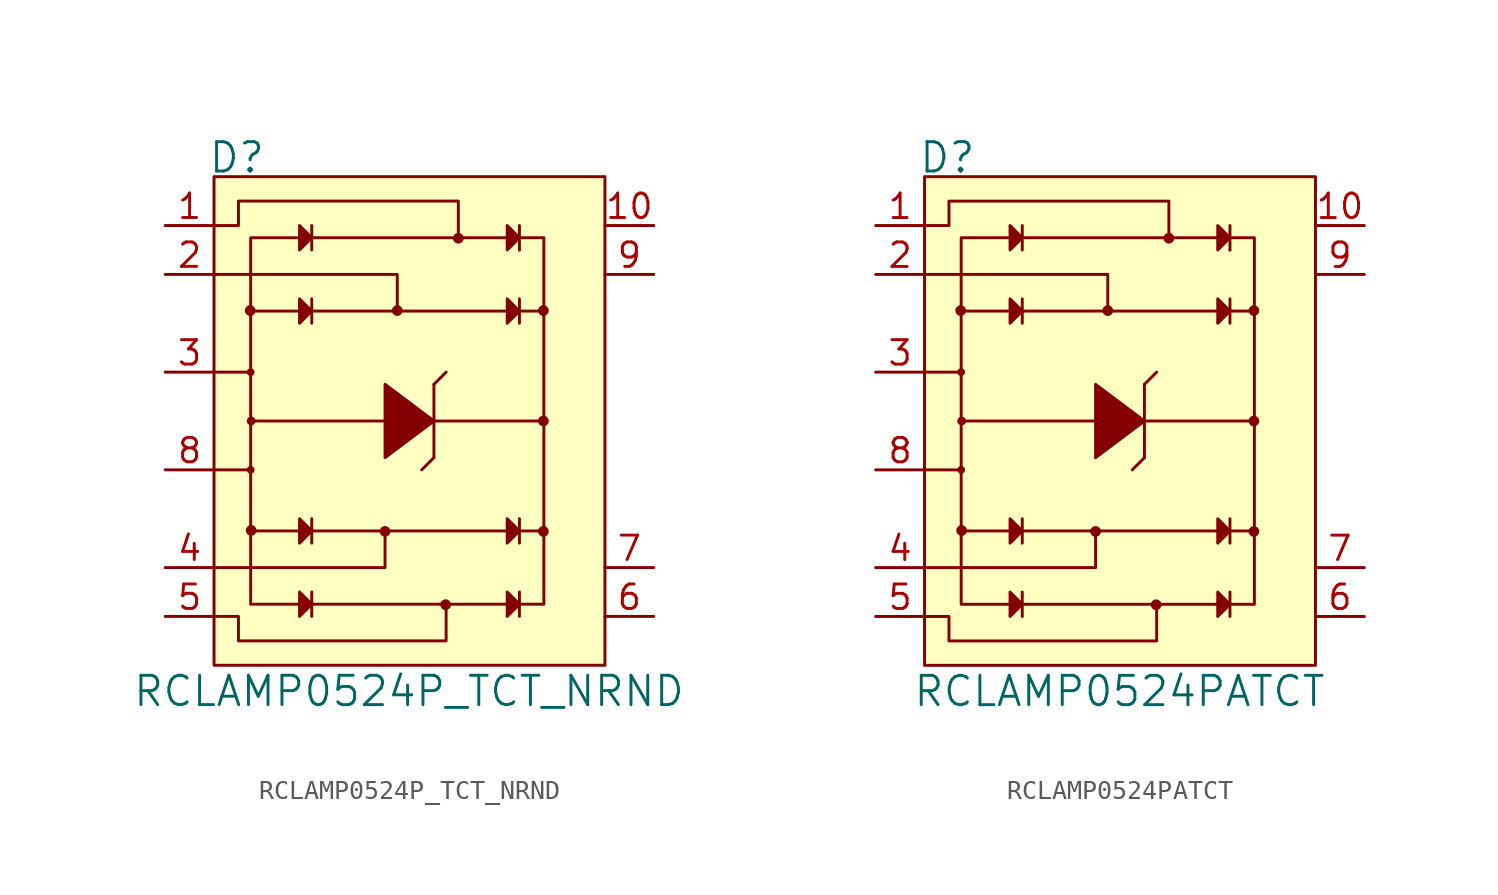
<source format=kicad_sym>
(kicad_symbol_lib
  (version 20220914)
  (generator kicad_symbol_editor)
  (symbol "RCLAMP0524P_TCT_NRND"
    (pin_names
      (offset 1.016))
    (property "Reference" "D"
      (at -10.49 13.691 0)
      (effects (font (size 1.524 1.524)) (justify left)))
    (property "Value" "RCLAMP0524P_TCT_NRND"
      (at -0.025 -14.046 0)
      (effects (font (size 1.524 1.524))))
    (symbol "RCLAMP0524P_TCT_NRND_0_1"
      (rectangle (start -10.16 12.7) (end 10.16 -12.7) (stroke (width 0) (type solid)) (fill (type background)))
      (circle (center -8.28 5.74) (radius 0.203) (stroke (width 0) (type solid)) (fill (type outline)))
      (circle (center -8.255 -2.54) (radius 0.127) (stroke (width 0) (type solid)) (fill (type none)))
      (circle (center -8.255 2.54) (radius 0.127) (stroke (width 0) (type solid)) (fill (type none)))
      (circle (center -8.23 -5.69) (radius 0.203) (stroke (width 0) (type solid)) (fill (type outline)))
      (circle (center -8.23 0) (radius 0.152) (stroke (width 0) (type solid)) (fill (type none)))
      (circle (center -1.27 -5.74) (radius 0.203) (stroke (width 0) (type solid)) (fill (type outline)))
      (circle (center -0.635 5.74) (radius 0.203) (stroke (width 0) (type solid)) (fill (type outline)))
      (polyline (pts (xy -10.16 -2.54) (xy -8.255 -2.54)) (stroke (width 0) (type solid)) (fill (type none)))
      (polyline (pts (xy -10.16 2.54) (xy -8.255 2.54)) (stroke (width 0) (type solid)) (fill (type none)))
      (polyline (pts (xy -5.715 -5.715) (xy -8.255 -5.715)) (stroke (width 0) (type solid)) (fill (type none)))
      (polyline (pts (xy -5.715 5.715) (xy -8.255 5.715)) (stroke (width 0) (type solid)) (fill (type none)))
      (polyline (pts (xy -5.08 -9.525) (xy 5.08 -9.525)) (stroke (width 0) (type solid)) (fill (type none)))
      (polyline (pts (xy -5.08 -8.89) (xy -5.08 -10.16)) (stroke (width 0) (type solid)) (fill (type none)))
      (polyline (pts (xy -5.08 -5.715) (xy 5.08 -5.715)) (stroke (width 0) (type solid)) (fill (type none)))
      (polyline (pts (xy -5.08 -5.08) (xy -5.08 -6.35)) (stroke (width 0) (type solid)) (fill (type none)))
      (polyline (pts (xy -5.08 5.715) (xy 5.08 5.715)) (stroke (width 0) (type solid)) (fill (type none)))
      (polyline (pts (xy -5.08 6.35) (xy -5.08 5.08)) (stroke (width 0) (type solid)) (fill (type none)))
      (polyline (pts (xy -5.08 9.525) (xy 5.08 9.525)) (stroke (width 0) (type solid)) (fill (type none)))
      (polyline (pts (xy -5.08 10.16) (xy -5.08 8.89)) (stroke (width 0) (type solid)) (fill (type none)))
      (polyline (pts (xy -1.27 0) (xy -8.255 0)) (stroke (width 0) (type solid)) (fill (type none)))
      (polyline (pts (xy 1.27 -1.905) (xy 0.635 -2.54)) (stroke (width 0) (type solid)) (fill (type none)))
      (polyline (pts (xy 1.27 1.905) (xy 1.27 -1.905)) (stroke (width 0) (type solid)) (fill (type none)))
      (polyline (pts (xy 1.27 1.905) (xy 1.905 2.54)) (stroke (width 0) (type solid)) (fill (type none)))
      (polyline (pts (xy 5.715 -8.89) (xy 5.715 -10.16)) (stroke (width 0) (type solid)) (fill (type none)))
      (polyline (pts (xy 5.715 -5.715) (xy 6.985 -5.715)) (stroke (width 0) (type solid)) (fill (type none)))
      (polyline (pts (xy 5.715 -5.08) (xy 5.715 -6.35)) (stroke (width 0) (type solid)) (fill (type none)))
      (polyline (pts (xy 5.715 5.715) (xy 6.985 5.715)) (stroke (width 0) (type solid)) (fill (type none)))
      (polyline (pts (xy 5.715 6.35) (xy 5.715 5.08)) (stroke (width 0) (type solid)) (fill (type none)))
      (polyline (pts (xy 5.715 8.89) (xy 5.715 8.89)) (stroke (width 0) (type solid)) (fill (type none)))
      (polyline (pts (xy 5.715 10.16) (xy 5.715 8.89)) (stroke (width 0) (type solid)) (fill (type none)))
      (polyline (pts (xy 6.985 0) (xy 1.27 0)) (stroke (width 0) (type solid)) (fill (type none)))
      (polyline (pts (xy 6.985 5.715) (xy 6.985 5.715)) (stroke (width 0) (type solid)) (fill (type none)))
      (polyline (pts (xy -10.16 -7.62) (xy -1.27 -7.62) (xy -1.27 -5.715)) (stroke (width 0) (type solid)) (fill (type none)))
      (polyline (pts (xy -10.16 7.62) (xy -0.635 7.62) (xy -0.635 5.715)) (stroke (width 0) (type solid)) (fill (type none)))
      (polyline (pts (xy -5.715 -9.525) (xy -8.255 -9.525) (xy -8.255 9.525) (xy -5.715 9.525)) (stroke (width 0) (type solid)) (fill (type none)))
      (polyline (pts (xy -5.715 -8.89) (xy -5.715 -10.16) (xy -5.08 -9.525) (xy -5.715 -8.89)) (stroke (width 0) (type solid)) (fill (type outline)))
      (polyline (pts (xy -5.715 -5.08) (xy -5.715 -6.35) (xy -5.08 -5.715) (xy -5.715 -5.08)) (stroke (width 0) (type solid)) (fill (type outline)))
      (polyline (pts (xy -5.715 6.35) (xy -5.715 5.08) (xy -5.08 5.715) (xy -5.715 6.35)) (stroke (width 0) (type solid)) (fill (type outline)))
      (polyline (pts (xy -5.715 10.16) (xy -5.715 8.89) (xy -5.08 9.525) (xy -5.715 10.16)) (stroke (width 0) (type solid)) (fill (type outline)))
      (polyline (pts (xy -1.27 1.905) (xy -1.27 -1.905) (xy 1.27 0) (xy -1.27 1.905)) (stroke (width 0) (type solid)) (fill (type outline)))
      (polyline (pts (xy 5.08 -8.89) (xy 5.08 -10.16) (xy 5.715 -9.525) (xy 5.08 -8.89)) (stroke (width 0) (type solid)) (fill (type outline)))
      (polyline (pts (xy 5.08 -5.08) (xy 5.08 -6.35) (xy 5.715 -5.715) (xy 5.08 -5.08)) (stroke (width 0) (type solid)) (fill (type outline)))
      (polyline (pts (xy 5.08 6.35) (xy 5.08 5.08) (xy 5.715 5.715) (xy 5.08 6.35)) (stroke (width 0) (type solid)) (fill (type outline)))
      (polyline (pts (xy 5.08 10.16) (xy 5.08 8.89) (xy 5.715 9.525) (xy 5.08 10.16)) (stroke (width 0) (type solid)) (fill (type outline)))
      (polyline (pts (xy 5.715 9.525) (xy 6.985 9.525) (xy 6.985 -9.525) (xy 5.715 -9.525)) (stroke (width 0) (type solid)) (fill (type none)))
      (polyline (pts (xy 1.905 -9.525) (xy 1.905 -11.43) (xy -8.89 -11.43) (xy -8.89 -10.16) (xy -10.16 -10.16)) (stroke (width 0) (type solid)) (fill (type none)))
      (polyline (pts (xy 2.54 9.525) (xy 2.54 11.43) (xy -8.89 11.43) (xy -8.89 10.16) (xy -10.16 10.16)) (stroke (width 0) (type solid)) (fill (type none)))
      (circle (center 1.88 -9.55) (radius 0.203) (stroke (width 0) (type solid)) (fill (type outline)))
      (circle (center 2.54 9.5) (radius 0.203) (stroke (width 0) (type solid)) (fill (type outline)))
      (circle (center 6.96 -5.74) (radius 0.203) (stroke (width 0) (type solid)) (fill (type outline)))
      (circle (center 6.96 0) (radius 0.203) (stroke (width 0) (type solid)) (fill (type outline)))
      (circle (center 6.96 5.74) (radius 0.203) (stroke (width 0) (type solid)) (fill (type outline))))
    (symbol "RCLAMP0524P_TCT_NRND_1_1"
      (pin input line (at -12.7 10.16 0) (length 2.54) (name "~" (effects (font (size 1.27 1.27)))) (number "1" (effects (font (size 1.27 1.27)))))
      (pin output line (at 12.7 10.16 180) (length 2.54) (name "~" (effects (font (size 1.27 1.27)))) (number "10" (effects (font (size 1.27 1.27)))))
      (pin input line (at -12.7 7.62 0) (length 2.54) (name "~" (effects (font (size 1.27 1.27)))) (number "2" (effects (font (size 1.27 1.27)))))
      (pin power_in line (at -12.7 2.54 0) (length 2.54) (name "~" (effects (font (size 1.27 1.27)))) (number "3" (effects (font (size 1.27 1.27)))))
      (pin input line (at -12.7 -7.62 0) (length 2.54) (name "~" (effects (font (size 1.27 1.27)))) (number "4" (effects (font (size 1.27 1.27)))))
      (pin input line (at -12.7 -10.16 0) (length 2.54) (name "~" (effects (font (size 1.27 1.27)))) (number "5" (effects (font (size 1.27 1.27)))))
      (pin output line (at 12.7 -10.16 180) (length 2.54) (name "~" (effects (font (size 1.27 1.27)))) (number "6" (effects (font (size 1.27 1.27)))))
      (pin output line (at 12.7 -7.62 180) (length 2.54) (name "~" (effects (font (size 1.27 1.27)))) (number "7" (effects (font (size 1.27 1.27)))))
      (pin power_in line (at -12.7 -2.54 0) (length 2.54) (name "~" (effects (font (size 1.27 1.27)))) (number "8" (effects (font (size 1.27 1.27)))))
      (pin output line (at 12.7 7.62 180) (length 2.54) (name "~" (effects (font (size 1.27 1.27)))) (number "9" (effects (font (size 1.27 1.27)))))))
  (symbol "RCLAMP0524PATCT"
    (pin_names
      (offset 1.016))
    (property "Reference" "D"
      (at -10.49 13.691 0)
      (effects (font (size 1.524 1.524)) (justify left)))
    (property "Value" "RCLAMP0524PATCT"
      (at -0.025 -14.046 0)
      (effects (font (size 1.524 1.524))))
    (symbol "RCLAMP0524PATCT_0_1"
      (rectangle (start -10.16 12.7) (end 10.16 -12.7) (stroke (width 0) (type solid)) (fill (type background)))
      (circle (center -8.28 5.74) (radius 0.203) (stroke (width 0) (type solid)) (fill (type outline)))
      (circle (center -8.255 -2.54) (radius 0.127) (stroke (width 0) (type solid)) (fill (type none)))
      (circle (center -8.255 2.54) (radius 0.127) (stroke (width 0) (type solid)) (fill (type none)))
      (circle (center -8.23 -5.69) (radius 0.203) (stroke (width 0) (type solid)) (fill (type outline)))
      (circle (center -8.23 0) (radius 0.152) (stroke (width 0) (type solid)) (fill (type none)))
      (circle (center -1.27 -5.74) (radius 0.203) (stroke (width 0) (type solid)) (fill (type outline)))
      (circle (center -0.635 5.74) (radius 0.203) (stroke (width 0) (type solid)) (fill (type outline)))
      (polyline (pts (xy -10.16 -2.54) (xy -8.255 -2.54)) (stroke (width 0) (type solid)) (fill (type none)))
      (polyline (pts (xy -10.16 2.54) (xy -8.255 2.54)) (stroke (width 0) (type solid)) (fill (type none)))
      (polyline (pts (xy -5.715 -5.715) (xy -8.255 -5.715)) (stroke (width 0) (type solid)) (fill (type none)))
      (polyline (pts (xy -5.715 5.715) (xy -8.255 5.715)) (stroke (width 0) (type solid)) (fill (type none)))
      (polyline (pts (xy -5.08 -9.525) (xy 5.08 -9.525)) (stroke (width 0) (type solid)) (fill (type none)))
      (polyline (pts (xy -5.08 -8.89) (xy -5.08 -10.16)) (stroke (width 0) (type solid)) (fill (type none)))
      (polyline (pts (xy -5.08 -5.715) (xy 5.08 -5.715)) (stroke (width 0) (type solid)) (fill (type none)))
      (polyline (pts (xy -5.08 -5.08) (xy -5.08 -6.35)) (stroke (width 0) (type solid)) (fill (type none)))
      (polyline (pts (xy -5.08 5.715) (xy 5.08 5.715)) (stroke (width 0) (type solid)) (fill (type none)))
      (polyline (pts (xy -5.08 6.35) (xy -5.08 5.08)) (stroke (width 0) (type solid)) (fill (type none)))
      (polyline (pts (xy -5.08 9.525) (xy 5.08 9.525)) (stroke (width 0) (type solid)) (fill (type none)))
      (polyline (pts (xy -5.08 10.16) (xy -5.08 8.89)) (stroke (width 0) (type solid)) (fill (type none)))
      (polyline (pts (xy -1.27 0) (xy -8.255 0)) (stroke (width 0) (type solid)) (fill (type none)))
      (polyline (pts (xy 1.27 -1.905) (xy 0.635 -2.54)) (stroke (width 0) (type solid)) (fill (type none)))
      (polyline (pts (xy 1.27 1.905) (xy 1.27 -1.905)) (stroke (width 0) (type solid)) (fill (type none)))
      (polyline (pts (xy 1.27 1.905) (xy 1.905 2.54)) (stroke (width 0) (type solid)) (fill (type none)))
      (polyline (pts (xy 5.715 -8.89) (xy 5.715 -10.16)) (stroke (width 0) (type solid)) (fill (type none)))
      (polyline (pts (xy 5.715 -5.715) (xy 6.985 -5.715)) (stroke (width 0) (type solid)) (fill (type none)))
      (polyline (pts (xy 5.715 -5.08) (xy 5.715 -6.35)) (stroke (width 0) (type solid)) (fill (type none)))
      (polyline (pts (xy 5.715 5.715) (xy 6.985 5.715)) (stroke (width 0) (type solid)) (fill (type none)))
      (polyline (pts (xy 5.715 6.35) (xy 5.715 5.08)) (stroke (width 0) (type solid)) (fill (type none)))
      (polyline (pts (xy 5.715 8.89) (xy 5.715 8.89)) (stroke (width 0) (type solid)) (fill (type none)))
      (polyline (pts (xy 5.715 10.16) (xy 5.715 8.89)) (stroke (width 0) (type solid)) (fill (type none)))
      (polyline (pts (xy 6.985 0) (xy 1.27 0)) (stroke (width 0) (type solid)) (fill (type none)))
      (polyline (pts (xy 6.985 5.715) (xy 6.985 5.715)) (stroke (width 0) (type solid)) (fill (type none)))
      (polyline (pts (xy -10.16 -7.62) (xy -1.27 -7.62) (xy -1.27 -5.715)) (stroke (width 0) (type solid)) (fill (type none)))
      (polyline (pts (xy -10.16 7.62) (xy -0.635 7.62) (xy -0.635 5.715)) (stroke (width 0) (type solid)) (fill (type none)))
      (polyline (pts (xy -5.715 -9.525) (xy -8.255 -9.525) (xy -8.255 9.525) (xy -5.715 9.525)) (stroke (width 0) (type solid)) (fill (type none)))
      (polyline (pts (xy -5.715 -8.89) (xy -5.715 -10.16) (xy -5.08 -9.525) (xy -5.715 -8.89)) (stroke (width 0) (type solid)) (fill (type outline)))
      (polyline (pts (xy -5.715 -5.08) (xy -5.715 -6.35) (xy -5.08 -5.715) (xy -5.715 -5.08)) (stroke (width 0) (type solid)) (fill (type outline)))
      (polyline (pts (xy -5.715 6.35) (xy -5.715 5.08) (xy -5.08 5.715) (xy -5.715 6.35)) (stroke (width 0) (type solid)) (fill (type outline)))
      (polyline (pts (xy -5.715 10.16) (xy -5.715 8.89) (xy -5.08 9.525) (xy -5.715 10.16)) (stroke (width 0) (type solid)) (fill (type outline)))
      (polyline (pts (xy -1.27 1.905) (xy -1.27 -1.905) (xy 1.27 0) (xy -1.27 1.905)) (stroke (width 0) (type solid)) (fill (type outline)))
      (polyline (pts (xy 5.08 -8.89) (xy 5.08 -10.16) (xy 5.715 -9.525) (xy 5.08 -8.89)) (stroke (width 0) (type solid)) (fill (type outline)))
      (polyline (pts (xy 5.08 -5.08) (xy 5.08 -6.35) (xy 5.715 -5.715) (xy 5.08 -5.08)) (stroke (width 0) (type solid)) (fill (type outline)))
      (polyline (pts (xy 5.08 6.35) (xy 5.08 5.08) (xy 5.715 5.715) (xy 5.08 6.35)) (stroke (width 0) (type solid)) (fill (type outline)))
      (polyline (pts (xy 5.08 10.16) (xy 5.08 8.89) (xy 5.715 9.525) (xy 5.08 10.16)) (stroke (width 0) (type solid)) (fill (type outline)))
      (polyline (pts (xy 5.715 9.525) (xy 6.985 9.525) (xy 6.985 -9.525) (xy 5.715 -9.525)) (stroke (width 0) (type solid)) (fill (type none)))
      (polyline (pts (xy 1.905 -9.525) (xy 1.905 -11.43) (xy -8.89 -11.43) (xy -8.89 -10.16) (xy -10.16 -10.16)) (stroke (width 0) (type solid)) (fill (type none)))
      (polyline (pts (xy 2.54 9.525) (xy 2.54 11.43) (xy -8.89 11.43) (xy -8.89 10.16) (xy -10.16 10.16)) (stroke (width 0) (type solid)) (fill (type none)))
      (circle (center 1.88 -9.55) (radius 0.203) (stroke (width 0) (type solid)) (fill (type outline)))
      (circle (center 2.54 9.5) (radius 0.203) (stroke (width 0) (type solid)) (fill (type outline)))
      (circle (center 6.96 -5.74) (radius 0.203) (stroke (width 0) (type solid)) (fill (type outline)))
      (circle (center 6.96 0) (radius 0.203) (stroke (width 0) (type solid)) (fill (type outline)))
      (circle (center 6.96 5.74) (radius 0.203) (stroke (width 0) (type solid)) (fill (type outline))))
    (symbol "RCLAMP0524PATCT_1_1"
      (pin input line (at -12.7 10.16 0) (length 2.54) (name "~" (effects (font (size 1.27 1.27)))) (number "1" (effects (font (size 1.27 1.27)))))
      (pin output line (at 12.7 10.16 180) (length 2.54) (name "~" (effects (font (size 1.27 1.27)))) (number "10" (effects (font (size 1.27 1.27)))))
      (pin input line (at -12.7 7.62 0) (length 2.54) (name "~" (effects (font (size 1.27 1.27)))) (number "2" (effects (font (size 1.27 1.27)))))
      (pin power_in line (at -12.7 2.54 0) (length 2.54) (name "~" (effects (font (size 1.27 1.27)))) (number "3" (effects (font (size 1.27 1.27)))))
      (pin input line (at -12.7 -7.62 0) (length 2.54) (name "~" (effects (font (size 1.27 1.27)))) (number "4" (effects (font (size 1.27 1.27)))))
      (pin input line (at -12.7 -10.16 0) (length 2.54) (name "~" (effects (font (size 1.27 1.27)))) (number "5" (effects (font (size 1.27 1.27)))))
      (pin output line (at 12.7 -10.16 180) (length 2.54) (name "~" (effects (font (size 1.27 1.27)))) (number "6" (effects (font (size 1.27 1.27)))))
      (pin output line (at 12.7 -7.62 180) (length 2.54) (name "~" (effects (font (size 1.27 1.27)))) (number "7" (effects (font (size 1.27 1.27)))))
      (pin power_in line (at -12.7 -2.54 0) (length 2.54) (name "~" (effects (font (size 1.27 1.27)))) (number "8" (effects (font (size 1.27 1.27)))))
      (pin output line (at 12.7 7.62 180) (length 2.54) (name "~" (effects (font (size 1.27 1.27)))) (number "9" (effects (font (size 1.27 1.27))))))))
</source>
